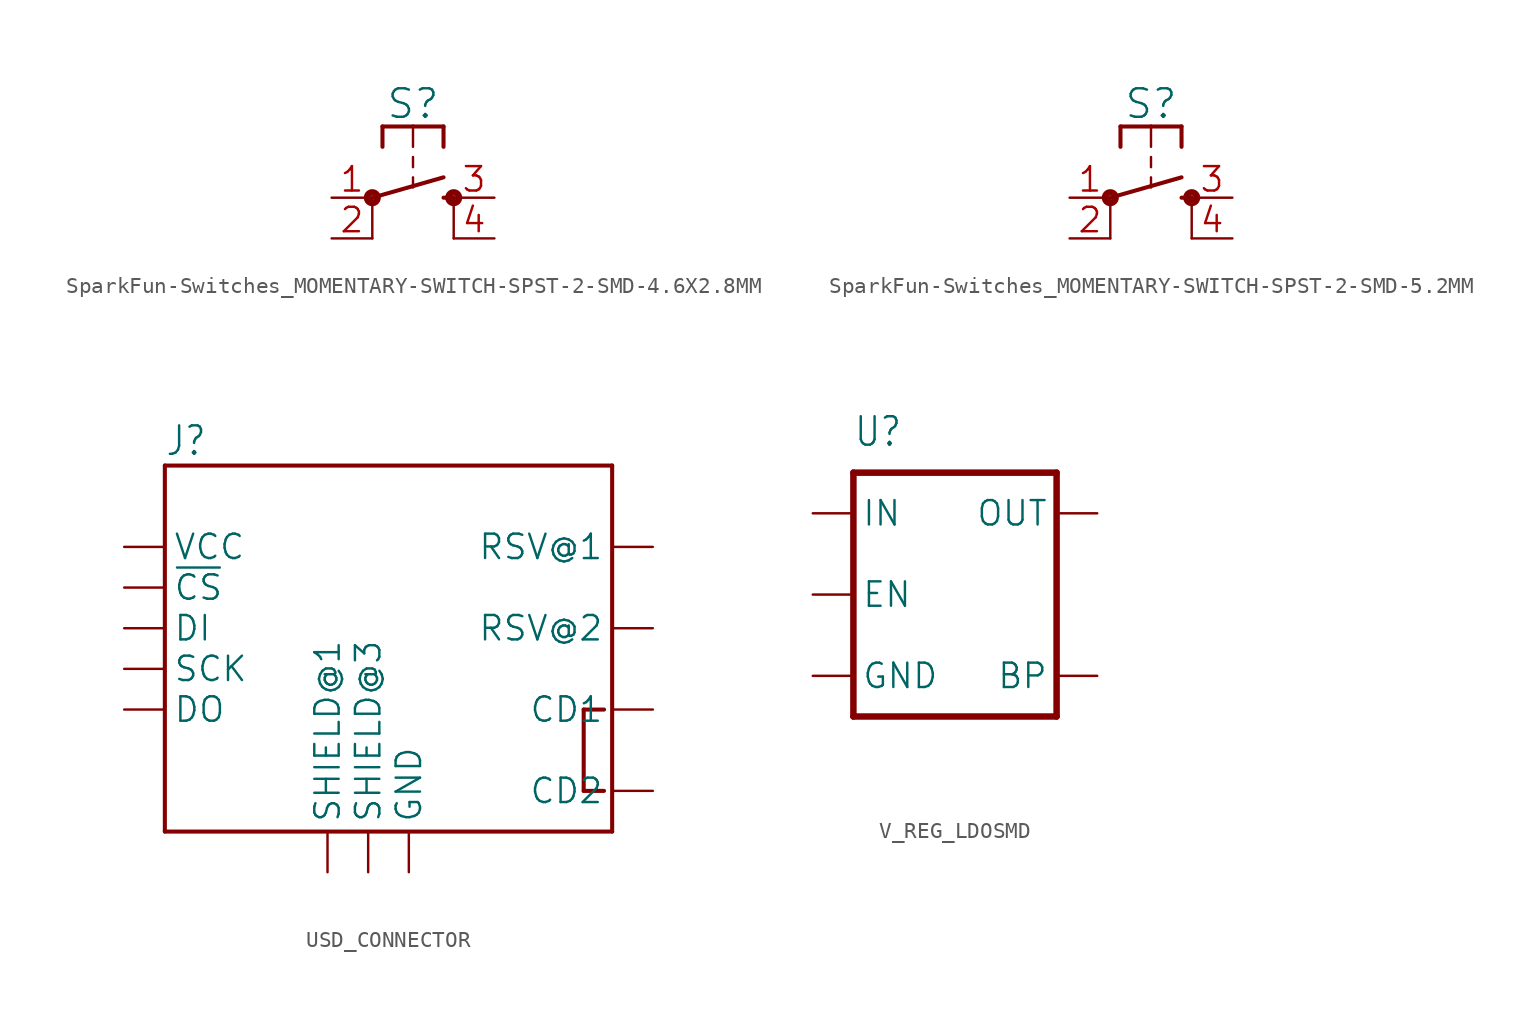
<source format=kicad_sym>
(kicad_symbol_lib
  (version 20241209)
  (generator "kicad_symbol_editor")
  (generator_version "9.0")
  (symbol "SparkFun-Switches_MOMENTARY-SWITCH-SPST-2-SMD-4.6X2.8MM"
    (property "Reference" "S"
      (at 0 4.826 0)
      (effects (font (size 1.778 1.778)) (justify bottom)))
    (property "Value" ""
      (at 0 -2.794 0)
      (effects (font (size 1.778 1.778)) (justify top)))
    (property "ki_locked" ""
      (at 0 0 0)
      (effects (font (size 1.27 1.27))))
    (symbol "SparkFun-Switches_MOMENTARY-SWITCH-SPST-2-SMD-4.6X2.8MM_1_0"
      (circle (center -2.54 0) (radius 0.127) (stroke (width 0.406) (type solid)) (fill (type none)))
      (polyline (pts (xy -2.54 0) (xy 1.905 1.27)) (stroke (width 0.254) (type solid)) (fill (type none)))
      (polyline (pts (xy -2.54 -2.54) (xy -2.54 0)) (stroke (width 0.152) (type solid)) (fill (type none)))
      (polyline (pts (xy -1.905 4.445) (xy -1.905 3.175)) (stroke (width 0.254) (type solid)) (fill (type none)))
      (polyline (pts (xy 0 4.445) (xy -1.905 4.445)) (stroke (width 0.254) (type solid)) (fill (type none)))
      (polyline (pts (xy 0 4.445) (xy 0 3.175)) (stroke (width 0.152) (type solid)) (fill (type none)))
      (polyline (pts (xy 0 2.54) (xy 0 1.905)) (stroke (width 0.152) (type solid)) (fill (type none)))
      (polyline (pts (xy 0 1.27) (xy 0 0.635)) (stroke (width 0.152) (type solid)) (fill (type none)))
      (polyline (pts (xy 1.905 4.445) (xy 0 4.445)) (stroke (width 0.254) (type solid)) (fill (type none)))
      (polyline (pts (xy 1.905 4.445) (xy 1.905 3.175)) (stroke (width 0.254) (type solid)) (fill (type none)))
      (polyline (pts (xy 1.905 0) (xy 2.54 0)) (stroke (width 0.254) (type solid)) (fill (type none)))
      (circle (center 2.54 0) (radius 0.127) (stroke (width 0.406) (type solid)) (fill (type none)))
      (polyline (pts (xy 2.54 -2.54) (xy 2.54 0)) (stroke (width 0.152) (type solid)) (fill (type none)))
      (pin passive line (at -5.08 0 0) (length 2.54) (name "1" (effects (font (size 0 0)))) (number "1" (effects (font (size 1.524 1.524)))))
      (pin passive line (at -5.08 -2.54 0) (length 2.54) (name "2" (effects (font (size 0 0)))) (number "2" (effects (font (size 1.524 1.524)))))
      (pin passive line (at 5.08 0 180) (length 2.54) (name "3" (effects (font (size 0 0)))) (number "3" (effects (font (size 1.524 1.524)))))
      (pin passive line (at 5.08 -2.54 180) (length 2.54) (name "4" (effects (font (size 0 0)))) (number "4" (effects (font (size 1.524 1.524)))))))
  (symbol "SparkFun-Switches_MOMENTARY-SWITCH-SPST-2-SMD-5.2MM"
    (property "Reference" "S"
      (at 0 4.826 0)
      (effects (font (size 1.778 1.778)) (justify bottom)))
    (property "Value" ""
      (at 0 -2.794 0)
      (effects (font (size 1.778 1.778)) (justify top)))
    (property "ki_locked" ""
      (at 0 0 0)
      (effects (font (size 1.27 1.27))))
    (symbol "SparkFun-Switches_MOMENTARY-SWITCH-SPST-2-SMD-5.2MM_1_0"
      (circle (center -2.54 0) (radius 0.127) (stroke (width 0.406) (type solid)) (fill (type none)))
      (polyline (pts (xy -2.54 0) (xy 1.905 1.27)) (stroke (width 0.254) (type solid)) (fill (type none)))
      (polyline (pts (xy -2.54 -2.54) (xy -2.54 0)) (stroke (width 0.152) (type solid)) (fill (type none)))
      (polyline (pts (xy -1.905 4.445) (xy -1.905 3.175)) (stroke (width 0.254) (type solid)) (fill (type none)))
      (polyline (pts (xy 0 4.445) (xy -1.905 4.445)) (stroke (width 0.254) (type solid)) (fill (type none)))
      (polyline (pts (xy 0 4.445) (xy 0 3.175)) (stroke (width 0.152) (type solid)) (fill (type none)))
      (polyline (pts (xy 0 2.54) (xy 0 1.905)) (stroke (width 0.152) (type solid)) (fill (type none)))
      (polyline (pts (xy 0 1.27) (xy 0 0.635)) (stroke (width 0.152) (type solid)) (fill (type none)))
      (polyline (pts (xy 1.905 4.445) (xy 0 4.445)) (stroke (width 0.254) (type solid)) (fill (type none)))
      (polyline (pts (xy 1.905 4.445) (xy 1.905 3.175)) (stroke (width 0.254) (type solid)) (fill (type none)))
      (polyline (pts (xy 1.905 0) (xy 2.54 0)) (stroke (width 0.254) (type solid)) (fill (type none)))
      (circle (center 2.54 0) (radius 0.127) (stroke (width 0.406) (type solid)) (fill (type none)))
      (polyline (pts (xy 2.54 -2.54) (xy 2.54 0)) (stroke (width 0.152) (type solid)) (fill (type none)))
      (pin passive line (at -5.08 0 0) (length 2.54) (name "1" (effects (font (size 0 0)))) (number "1" (effects (font (size 1.524 1.524)))))
      (pin passive line (at -5.08 -2.54 0) (length 2.54) (name "2" (effects (font (size 0 0)))) (number "2" (effects (font (size 1.524 1.524)))))
      (pin passive line (at 5.08 0 180) (length 2.54) (name "3" (effects (font (size 0 0)))) (number "3" (effects (font (size 1.524 1.524)))))
      (pin passive line (at 5.08 -2.54 180) (length 2.54) (name "4" (effects (font (size 0 0)))) (number "4" (effects (font (size 1.524 1.524)))))))
  (symbol "USD_CONNECTOR"
    (property "Reference" "J"
      (at -12.7 10.668 0)
      (effects (font (size 1.778 1.511)) (justify left bottom)))
    (property "Value" ""
      (at -7.874 10.668 0)
      (effects (font (size 1.778 1.511)) (justify left bottom)))
    (property "ki_locked" ""
      (at 0 0 0)
      (effects (font (size 1.27 1.27))))
    (symbol "USD_CONNECTOR_1_0"
      (polyline (pts (xy -12.7 10.16) (xy 15.24 10.16)) (stroke (width 0.254) (type solid)) (fill (type none)))
      (polyline (pts (xy -12.7 -12.7) (xy -12.7 10.16)) (stroke (width 0.254) (type solid)) (fill (type none)))
      (polyline (pts (xy 13.462 -5.08) (xy 14.732 -5.08)) (stroke (width 0.254) (type solid)) (fill (type none)))
      (polyline (pts (xy 13.462 -10.16) (xy 13.462 -5.08)) (stroke (width 0.254) (type solid)) (fill (type none)))
      (polyline (pts (xy 13.462 -10.16) (xy 14.732 -10.16)) (stroke (width 0.254) (type solid)) (fill (type none)))
      (polyline (pts (xy 15.24 10.16) (xy 15.24 -12.7)) (stroke (width 0.254) (type solid)) (fill (type none)))
      (polyline (pts (xy 15.24 -12.7) (xy -12.7 -12.7)) (stroke (width 0.254) (type solid)) (fill (type none)))
      (pin bidirectional line (at -15.24 5.08 0) (length 2.54) (name "VCC" (effects (font (size 1.524 1.524)))) (number "VCC" (effects (font (size 0 0)))))
      (pin bidirectional line (at -15.24 2.54 0) (length 2.54) (name "~{CS}" (effects (font (size 1.524 1.524)))) (number "CS" (effects (font (size 0 0)))))
      (pin bidirectional line (at -15.24 0 0) (length 2.54) (name "DI" (effects (font (size 1.524 1.524)))) (number "DI" (effects (font (size 0 0)))))
      (pin bidirectional line (at -15.24 -2.54 0) (length 2.54) (name "SCK" (effects (font (size 1.524 1.524)))) (number "SCLK" (effects (font (size 0 0)))))
      (pin bidirectional line (at -15.24 -5.08 0) (length 2.54) (name "DO" (effects (font (size 1.524 1.524)))) (number "DO" (effects (font (size 0 0)))))
      (pin bidirectional line (at -2.54 -15.24 90) (length 2.54) (name "SHIELD@1" (effects (font (size 1.524 1.524)))) (number "GND1" (effects (font (size 0 0)))))
      (pin bidirectional line (at 0 -15.24 90) (length 2.54) (name "SHIELD@3" (effects (font (size 1.524 1.524)))) (number "GND3" (effects (font (size 0 0)))))
      (pin bidirectional line (at 2.54 -15.24 90) (length 2.54) (name "GND" (effects (font (size 1.524 1.524)))) (number "GND" (effects (font (size 0 0)))))
      (pin bidirectional line (at 17.78 5.08 180) (length 2.54) (name "RSV@1" (effects (font (size 1.524 1.524)))) (number "RSV1" (effects (font (size 0 0)))))
      (pin bidirectional line (at 17.78 0 180) (length 2.54) (name "RSV@2" (effects (font (size 1.524 1.524)))) (number "RSV2" (effects (font (size 0 0)))))
      (pin bidirectional line (at 17.78 -5.08 180) (length 2.54) (name "CD1" (effects (font (size 1.524 1.524)))) (number "CD1" (effects (font (size 0 0)))))
      (pin bidirectional line (at 17.78 -10.16 180) (length 2.54) (name "CD2" (effects (font (size 1.524 1.524)))) (number "CD2" (effects (font (size 0 0)))))))
  (symbol "V_REG_LDOSMD"
    (property "Reference" "U"
      (at -7.62 9.144 0)
      (effects (font (size 1.778 1.511)) (justify left bottom)))
    (property "Value" ""
      (at -7.62 -11.43 0)
      (effects (font (size 1.778 1.511)) (justify left bottom)))
    (property "ki_locked" ""
      (at 0 0 0)
      (effects (font (size 1.27 1.27))))
    (symbol "V_REG_LDOSMD_1_0"
      (polyline (pts (xy -7.62 7.62) (xy -7.62 -7.62)) (stroke (width 0.406) (type solid)) (fill (type none)))
      (polyline (pts (xy -7.62 -7.62) (xy 5.08 -7.62)) (stroke (width 0.406) (type solid)) (fill (type none)))
      (polyline (pts (xy 5.08 7.62) (xy -7.62 7.62)) (stroke (width 0.406) (type solid)) (fill (type none)))
      (polyline (pts (xy 5.08 -7.62) (xy 5.08 7.62)) (stroke (width 0.406) (type solid)) (fill (type none)))
      (pin input line (at -10.16 5.08 0) (length 2.54) (name "IN" (effects (font (size 1.524 1.524)))) (number "1" (effects (font (size 0 0)))))
      (pin input line (at -10.16 0 0) (length 2.54) (name "EN" (effects (font (size 1.524 1.524)))) (number "3" (effects (font (size 0 0)))))
      (pin input line (at -10.16 -5.08 0) (length 2.54) (name "GND" (effects (font (size 1.524 1.524)))) (number "2" (effects (font (size 0 0)))))
      (pin passive line (at 7.62 5.08 180) (length 2.54) (name "OUT" (effects (font (size 1.524 1.524)))) (number "5" (effects (font (size 0 0)))))
      (pin input line (at 7.62 -5.08 180) (length 2.54) (name "BP" (effects (font (size 1.524 1.524)))) (number "4" (effects (font (size 0 0))))))))
</source>
